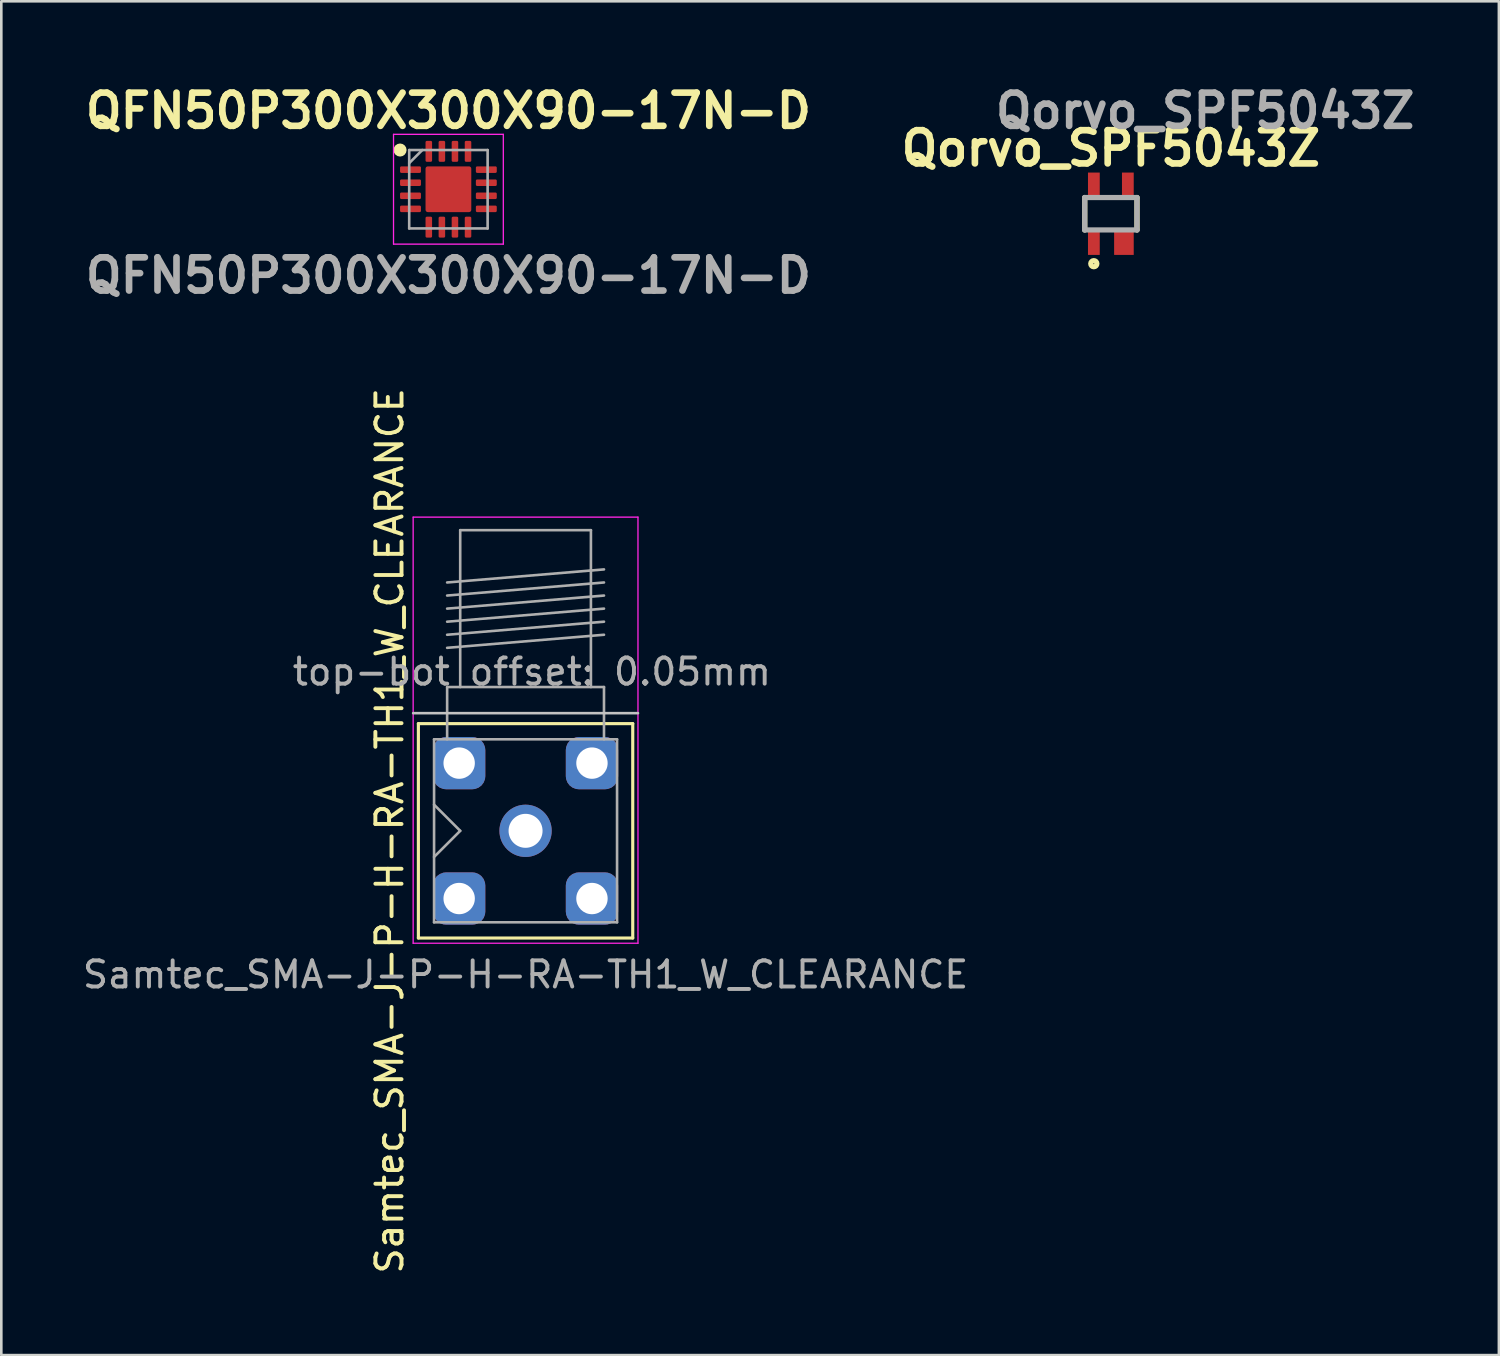
<source format=kicad_pcb>
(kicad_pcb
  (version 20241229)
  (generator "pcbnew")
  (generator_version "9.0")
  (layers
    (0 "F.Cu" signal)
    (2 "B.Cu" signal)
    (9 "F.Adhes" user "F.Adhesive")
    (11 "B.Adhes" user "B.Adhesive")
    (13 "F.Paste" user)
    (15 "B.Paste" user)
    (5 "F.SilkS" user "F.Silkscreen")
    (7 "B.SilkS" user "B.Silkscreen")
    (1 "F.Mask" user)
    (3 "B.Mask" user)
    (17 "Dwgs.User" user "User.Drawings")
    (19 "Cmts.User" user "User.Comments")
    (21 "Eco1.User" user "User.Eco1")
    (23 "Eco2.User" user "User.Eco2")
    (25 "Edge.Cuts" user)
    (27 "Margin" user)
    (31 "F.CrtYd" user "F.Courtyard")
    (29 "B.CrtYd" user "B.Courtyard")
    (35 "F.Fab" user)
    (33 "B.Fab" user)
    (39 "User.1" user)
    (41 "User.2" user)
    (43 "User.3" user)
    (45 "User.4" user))
  (footprint "Samtec_SMA-J-P-H-RA-TH1_W_CLEARANCE"
    (layer "F.Cu")
    (at 17.054 24.231)
    (property "Reference" "Samtec_SMA-J-P-H-RA-TH1_W_CLEARANCE" (at -5.2 4.5 90) (layer "F.SilkS") (effects (font (size 1 1) (thickness 0.15))))
    (attr through_hole)
    (fp_line (start -4.1 0.4) (end -4.1 8.6) (stroke (width 0.12) (type solid)) (layer "F.SilkS"))
    (fp_line (start -4.1 0.4) (end 4.1 0.4) (stroke (width 0.12) (type solid)) (layer "F.SilkS"))
    (fp_line (start -4.1 8.6) (end 4.1 8.6) (stroke (width 0.12) (type solid)) (layer "F.SilkS"))
    (fp_line (start 4.1 0.4) (end 4.1 8.6) (stroke (width 0.12) (type solid)) (layer "F.SilkS"))
    (fp_line (start 4.3 0) (end -4.3 0) (stroke (width 0.1) (type solid)) (layer "Dwgs.User"))
    (fp_line (start -4.3 -7.5) (end -4.3 8.8) (stroke (width 0.05) (type solid)) (layer "F.CrtYd"))
    (fp_line (start -4.3 -7.5) (end 4.3 -7.5) (stroke (width 0.05) (type solid)) (layer "F.CrtYd"))
    (fp_line (start 4.3 8.8) (end -4.3 8.8) (stroke (width 0.05) (type solid)) (layer "F.CrtYd"))
    (fp_line (start 4.3 8.8) (end 4.3 -7.5) (stroke (width 0.05) (type solid)) (layer "F.CrtYd"))
    (fp_line (start -3.5 1) (end -3.5 8) (stroke (width 0.1) (type solid)) (layer "F.Fab"))
    (fp_line (start -3.5 1) (end 3.5 1) (stroke (width 0.1) (type solid)) (layer "F.Fab"))
    (fp_line (start -3.5 3.5) (end -2.5 4.5) (stroke (width 0.1) (type solid)) (layer "F.Fab"))
    (fp_line (start -3.5 8) (end 3.5 8) (stroke (width 0.1) (type solid)) (layer "F.Fab"))
    (fp_line (start -3 -5) (end 3 -5.5) (stroke (width 0.1) (type solid)) (layer "F.Fab"))
    (fp_line (start -3 -4.5) (end 3 -5) (stroke (width 0.1) (type solid)) (layer "F.Fab"))
    (fp_line (start -3 -4) (end 3 -4.5) (stroke (width 0.1) (type solid)) (layer "F.Fab"))
    (fp_line (start -3 -3.5) (end 3 -4) (stroke (width 0.1) (type solid)) (layer "F.Fab"))
    (fp_line (start -3 -3) (end 3 -3.5) (stroke (width 0.1) (type solid)) (layer "F.Fab"))
    (fp_line (start -3 -2.5) (end 3 -3) (stroke (width 0.1) (type solid)) (layer "F.Fab"))
    (fp_line (start -3 -1) (end -3 1) (stroke (width 0.1) (type solid)) (layer "F.Fab"))
    (fp_line (start -2.5 -7) (end -2.5 -1) (stroke (width 0.1) (type solid)) (layer "F.Fab"))
    (fp_line (start -2.5 -7) (end 2.5 -7) (stroke (width 0.1) (type solid)) (layer "F.Fab"))
    (fp_line (start -2.5 4.5) (end -3.5 5.5) (stroke (width 0.1) (type solid)) (layer "F.Fab"))
    (fp_line (start 2.5 -7) (end 2.5 -1) (stroke (width 0.1) (type solid)) (layer "F.Fab"))
    (fp_line (start 3 -1) (end -3 -1) (stroke (width 0.1) (type solid)) (layer "F.Fab"))
    (fp_line (start 3 -1) (end 3 1) (stroke (width 0.1) (type solid)) (layer "F.Fab"))
    (fp_line (start 3.5 1) (end 3.5 8) (stroke (width 0.1) (type solid)) (layer "F.Fab"))
    (fp_text user "top-bot offset: 0.05mm" (at -9 -1 0) (unlocked yes) (layer "F.Fab") (effects (font (size 1 1) (thickness 0.15)) (justify left bottom)))
    (fp_text user "${REFERENCE}" (at 0 10 0) (layer "F.Fab") (effects (font (size 1 1) (thickness 0.15))))
    (pad "1" thru_hole circle (at 0 4.5) (size 2 2) (drill 1.3) (layers "*.Cu" "*.Mask") (remove_unused_layers yes) (keep_end_layers yes) (zone_layer_connections))
    (pad "2" thru_hole roundrect (at -2.54 1.91) (size 2 2) (drill 1.2) (layers "*.Cu" "*.Mask") (remove_unused_layers yes) (keep_end_layers yes) (zone_layer_connections) (roundrect_rratio 0.25))
    (pad "2" thru_hole roundrect (at -2.54 7.09) (size 2 2) (drill 1.2) (layers "*.Cu" "*.Mask") (remove_unused_layers yes) (keep_end_layers yes) (zone_layer_connections) (roundrect_rratio 0.25))
    (pad "2" thru_hole roundrect (at 2.54 1.91) (size 2 2) (drill 1.2) (layers "*.Cu" "*.Mask") (remove_unused_layers yes) (keep_end_layers yes) (zone_layer_connections) (roundrect_rratio 0.25))
    (pad "2" thru_hole roundrect (at 2.54 7.09) (size 2 2) (drill 1.2) (layers "*.Cu" "*.Mask") (remove_unused_layers yes) (keep_end_layers yes) (zone_layer_connections) (roundrect_rratio 0.25))
    (zone (net_name "") (layers "F.Cu" "B.Cu") (hatch edge 0.5) (connect_pads) (min_thickness 0.25) (filled_areas_thickness no) (keepout (tracks allowed) (vias allowed) (pads allowed) (copperpour not_allowed) (footprints allowed)) (placement (enabled no)) (fill) (polygon (pts (xy 14.854 30.031) (xy 19.254 30.031) (xy 19.254 27.331) (xy 14.854 27.331))))
    (zone (net_name "") (layers "F.Cu" "B.Cu") (hatch edge 0.5) (connect_pads) (min_thickness 0.25) (filled_areas_thickness no) (keepout (tracks allowed) (vias allowed) (pads allowed) (copperpour not_allowed) (footprints allowed)) (placement (enabled no)) (fill) (polygon (pts (xy 15.754 26.531) (xy 15.754 30.931) (xy 18.454 30.931) (xy 18.454 26.531)))))
  (footprint "QFN50P300X300X90-17N-D"
    (layer "F.Cu")
    (at 14.103 4.189)
    (property "Reference" "QFN50P300X300X90-17N-D" (at 0 -3 0) (layer "F.SilkS") (effects (font (size 1.27 1.27) (thickness 0.254))))
    (attr smd)
    (fp_circle (center -1.85 -1.5) (end -1.85 -1.375) (stroke (width 0.25) (type solid)) (fill no) (layer "F.SilkS"))
    (fp_rect (start -0.75 -0.75) (end -0.125 -0.125) (stroke (width 0.1) (type solid)) (fill yes) (layer "F.Paste"))
    (fp_rect (start -0.75 0.15) (end -0.125 0.75) (stroke (width 0.1) (type solid)) (fill yes) (layer "F.Paste"))
    (fp_rect (start 0.125 -0.75) (end 0.75 -0.125) (stroke (width 0.1) (type solid)) (fill yes) (layer "F.Paste"))
    (fp_rect (start 0.125 0.125) (end 0.75 0.75) (stroke (width 0.1) (type solid)) (fill yes) (layer "F.Paste"))
    (fp_line (start -2.1 -2.1) (end 2.1 -2.1) (stroke (width 0.05) (type solid)) (layer "F.CrtYd"))
    (fp_line (start -2.1 2.1) (end -2.1 -2.1) (stroke (width 0.05) (type solid)) (layer "F.CrtYd"))
    (fp_line (start 2.1 -2.1) (end 2.1 2.1) (stroke (width 0.05) (type solid)) (layer "F.CrtYd"))
    (fp_line (start 2.1 2.1) (end -2.1 2.1) (stroke (width 0.05) (type solid)) (layer "F.CrtYd"))
    (fp_line (start -1.5 -1.5) (end 1.5 -1.5) (stroke (width 0.1) (type solid)) (layer "F.Fab"))
    (fp_line (start -1.5 -1) (end -1 -1.5) (stroke (width 0.1) (type solid)) (layer "F.Fab"))
    (fp_line (start -1.5 1.5) (end -1.5 -1.5) (stroke (width 0.1) (type solid)) (layer "F.Fab"))
    (fp_line (start 1.5 -1.5) (end 1.5 1.5) (stroke (width 0.1) (type solid)) (layer "F.Fab"))
    (fp_line (start 1.5 1.5) (end -1.5 1.5) (stroke (width 0.1) (type solid)) (layer "F.Fab"))
    (fp_text user "${REFERENCE}" (at 0 3.3 0) (layer "F.Fab") (effects (font (size 1.27 1.27) (thickness 0.254))))
    (pad "1" smd roundrect (at -1.45 -0.75 90) (size 0.25 0.8) (layers "F.Cu" "F.Mask" "F.Paste") (roundrect_rratio 0.2))
    (pad "2" smd roundrect (at -1.45 -0.25 90) (size 0.25 0.8) (layers "F.Cu" "F.Mask" "F.Paste") (roundrect_rratio 0.2))
    (pad "3" smd roundrect (at -1.45 0.25 90) (size 0.25 0.8) (layers "F.Cu" "F.Mask" "F.Paste") (roundrect_rratio 0.2))
    (pad "4" smd roundrect (at -1.45 0.75 90) (size 0.25 0.8) (layers "F.Cu" "F.Mask" "F.Paste") (roundrect_rratio 0.2))
    (pad "5" smd roundrect (at -0.75 1.45) (size 0.25 0.8) (layers "F.Cu" "F.Mask" "F.Paste") (roundrect_rratio 0.2))
    (pad "6" smd roundrect (at -0.25 1.45) (size 0.25 0.8) (layers "F.Cu" "F.Mask" "F.Paste") (roundrect_rratio 0.2))
    (pad "7" smd roundrect (at 0.25 1.45) (size 0.25 0.8) (layers "F.Cu" "F.Mask" "F.Paste") (roundrect_rratio 0.2))
    (pad "8" smd roundrect (at 0.75 1.45) (size 0.25 0.8) (layers "F.Cu" "F.Mask" "F.Paste") (roundrect_rratio 0.2))
    (pad "9" smd roundrect (at 1.45 0.75 90) (size 0.25 0.8) (layers "F.Cu" "F.Mask" "F.Paste") (roundrect_rratio 0.2))
    (pad "10" smd roundrect (at 1.45 0.25 90) (size 0.25 0.8) (layers "F.Cu" "F.Mask" "F.Paste") (roundrect_rratio 0.2))
    (pad "11" smd roundrect (at 1.45 -0.25 90) (size 0.25 0.8) (layers "F.Cu" "F.Mask" "F.Paste") (roundrect_rratio 0.2))
    (pad "12" smd roundrect (at 1.45 -0.75 90) (size 0.25 0.8) (layers "F.Cu" "F.Mask" "F.Paste") (roundrect_rratio 0.2))
    (pad "13" smd roundrect (at 0.75 -1.45) (size 0.25 0.8) (layers "F.Cu" "F.Mask" "F.Paste") (roundrect_rratio 0.2))
    (pad "14" smd roundrect (at 0.25 -1.45) (size 0.25 0.8) (layers "F.Cu" "F.Mask" "F.Paste") (roundrect_rratio 0.2))
    (pad "15" smd roundrect (at -0.25 -1.45) (size 0.25 0.8) (layers "F.Cu" "F.Mask" "F.Paste") (roundrect_rratio 0.2))
    (pad "16" smd roundrect (at -0.75 -1.45) (size 0.25 0.8) (layers "F.Cu" "F.Mask" "F.Paste") (roundrect_rratio 0.2))
    (pad "17" smd roundrect (at 0 0) (size 1.75 1.75) (layers "F.Cu" "F.Mask") (roundrect_rratio 0.05)))
  (footprint "Qorvo_SPF5043Z"
    (layer "F.Cu")
    (at 39.443 5.126)
    (property "Reference" "Qorvo_SPF5043Z" (at 0 -2.5 0) (layer "F.SilkS") (effects (font (size 1.27 1.27) (thickness 0.254))))
    (attr smd)
    (fp_line (start -1 0.62) (end -1 -0.62) (stroke (width 0.2) (type solid)) (layer "F.SilkS"))
    (fp_line (start 1 -0.62) (end 1 0.62) (stroke (width 0.2) (type solid)) (layer "F.SilkS"))
    (fp_circle (center -0.652 1.911) (end -0.652 1.928) (stroke (width 0.2) (type solid)) (fill no) (layer "F.SilkS"))
    (fp_line (start -1 -0.62) (end 1 -0.62) (stroke (width 0.2) (type solid)) (layer "F.Fab"))
    (fp_line (start -1 0.62) (end -1 -0.62) (stroke (width 0.2) (type solid)) (layer "F.Fab"))
    (fp_line (start 1 -0.62) (end 1 0.62) (stroke (width 0.2) (type solid)) (layer "F.Fab"))
    (fp_line (start 1 0.62) (end -1 0.62) (stroke (width 0.2) (type solid)) (layer "F.Fab"))
    (fp_text user "${REFERENCE}" (at 3.606 -3.937 0) (layer "F.Fab") (effects (font (size 1.27 1.27) (thickness 0.254))))
    (pad "1" smd rect (at -0.65 1.1) (size 0.45 0.95) (layers "F.Cu" "F.Mask" "F.Paste"))
    (pad "2" smd rect (at 0.5 1.1) (size 0.75 0.95) (layers "F.Cu" "F.Mask" "F.Paste"))
    (pad "3" smd rect (at 0.65 -1.1) (size 0.45 0.95) (layers "F.Cu" "F.Mask" "F.Paste"))
    (pad "4" smd rect (at -0.65 -1.1) (size 0.45 0.95) (layers "F.Cu" "F.Mask" "F.Paste")))
  (gr_rect
    (start -3 -3)
    (end 54.286 48.785)
    (stroke (width 0.1) (type default))
    (fill no)
    (layer "Edge.Cuts")))
</source>
